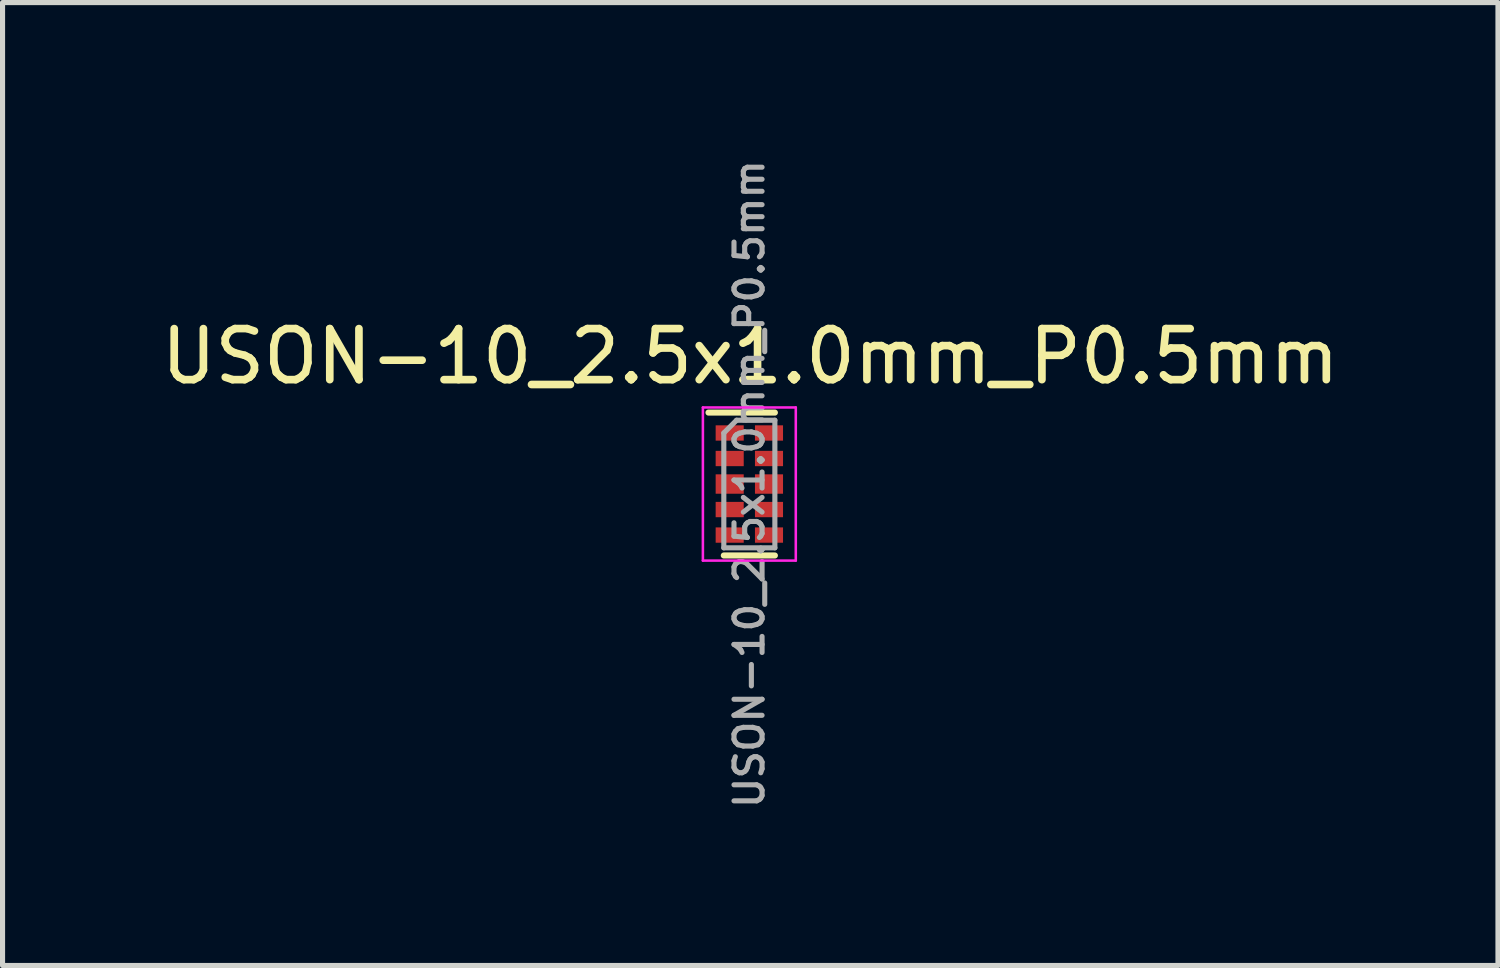
<source format=kicad_pcb>
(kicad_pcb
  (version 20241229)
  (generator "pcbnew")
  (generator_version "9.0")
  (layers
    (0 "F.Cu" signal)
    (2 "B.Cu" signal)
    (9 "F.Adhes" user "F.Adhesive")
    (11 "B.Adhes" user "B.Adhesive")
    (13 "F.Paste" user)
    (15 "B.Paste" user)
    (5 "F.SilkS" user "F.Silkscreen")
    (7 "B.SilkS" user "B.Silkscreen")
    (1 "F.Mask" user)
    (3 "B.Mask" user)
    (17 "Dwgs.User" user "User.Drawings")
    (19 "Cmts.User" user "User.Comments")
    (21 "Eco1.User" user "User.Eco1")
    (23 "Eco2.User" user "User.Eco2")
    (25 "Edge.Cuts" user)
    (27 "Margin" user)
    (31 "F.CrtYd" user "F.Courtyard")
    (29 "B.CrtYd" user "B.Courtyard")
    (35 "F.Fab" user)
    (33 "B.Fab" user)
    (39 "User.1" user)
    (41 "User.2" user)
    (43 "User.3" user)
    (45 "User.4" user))
  (footprint "USON-10_2.5x1.0mm_P0.5mm"
    (layer "F.Cu")
    (at 11.631 6.433)
    (property "Reference" "USON-10_2.5x1.0mm_P0.5mm" (at 0.018 -2.5 0) (layer "F.SilkS") (effects (font (size 1 1) (thickness 0.15))))
    (attr smd)
    (fp_line (start 0.5 -1.4) (end -0.8 -1.4) (stroke (width 0.12) (type solid)) (layer "F.SilkS"))
    (fp_line (start 0.5 1.4) (end -0.5 1.4) (stroke (width 0.12) (type solid)) (layer "F.SilkS"))
    (fp_line (start -0.91 -1.5) (end 0.91 -1.5) (stroke (width 0.05) (type solid)) (layer "F.CrtYd"))
    (fp_line (start -0.91 1.5) (end -0.91 -1.5) (stroke (width 0.05) (type solid)) (layer "F.CrtYd"))
    (fp_line (start 0.91 -1.5) (end 0.91 1.5) (stroke (width 0.05) (type solid)) (layer "F.CrtYd"))
    (fp_line (start 0.91 1.5) (end -0.91 1.5) (stroke (width 0.05) (type solid)) (layer "F.CrtYd"))
    (fp_line (start -0.5 -1) (end -0.5 1.25) (stroke (width 0.1) (type solid)) (layer "F.Fab"))
    (fp_line (start -0.5 1.25) (end 0.5 1.25) (stroke (width 0.1) (type solid)) (layer "F.Fab"))
    (fp_line (start -0.25 -1.25) (end -0.5 -1) (stroke (width 0.1) (type solid)) (layer "F.Fab"))
    (fp_line (start 0.5 -1.25) (end -0.25 -1.25) (stroke (width 0.1) (type solid)) (layer "F.Fab"))
    (fp_line (start 0.5 -1.25) (end 0.5 1.25) (stroke (width 0.1) (type solid)) (layer "F.Fab"))
    (fp_text user "${REFERENCE}" (at 0 0 90) (layer "F.Fab") (effects (font (size 0.55 0.55) (thickness 0.1))))
    (pad "1" smd rect (at -0.385 -1 270) (size 0.3 0.55) (layers "F.Cu" "F.Mask" "F.Paste"))
    (pad "2" smd rect (at -0.385 -0.5 270) (size 0.3 0.55) (layers "F.Cu" "F.Mask" "F.Paste"))
    (pad "3" smd rect (at -0.385 0 270) (size 0.38 0.55) (layers "F.Cu" "F.Mask" "F.Paste"))
    (pad "4" smd rect (at -0.385 0.5 270) (size 0.3 0.55) (layers "F.Cu" "F.Mask" "F.Paste"))
    (pad "5" smd rect (at -0.385 1 270) (size 0.3 0.55) (layers "F.Cu" "F.Mask" "F.Paste"))
    (pad "6" smd rect (at 0.385 1 270) (size 0.3 0.55) (layers "F.Cu" "F.Mask" "F.Paste"))
    (pad "7" smd rect (at 0.385 0.5 270) (size 0.3 0.55) (layers "F.Cu" "F.Mask" "F.Paste"))
    (pad "8" smd rect (at 0.385 0 270) (size 0.38 0.55) (layers "F.Cu" "F.Mask" "F.Paste"))
    (pad "9" smd rect (at 0.385 -0.5 270) (size 0.3 0.55) (layers "F.Cu" "F.Mask" "F.Paste"))
    (pad "10" smd rect (at 0.385 -1 270) (size 0.3 0.55) (layers "F.Cu" "F.Mask" "F.Paste")))
  (gr_rect
    (start -3 -3)
    (end 26.298 15.866)
    (stroke (width 0.1) (type default))
    (fill no)
    (layer "Edge.Cuts")))
</source>
